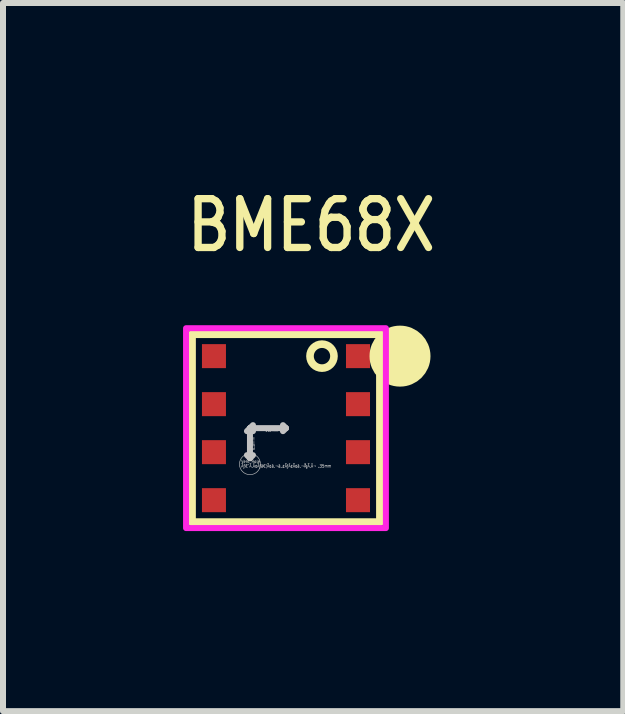
<source format=kicad_pcb>
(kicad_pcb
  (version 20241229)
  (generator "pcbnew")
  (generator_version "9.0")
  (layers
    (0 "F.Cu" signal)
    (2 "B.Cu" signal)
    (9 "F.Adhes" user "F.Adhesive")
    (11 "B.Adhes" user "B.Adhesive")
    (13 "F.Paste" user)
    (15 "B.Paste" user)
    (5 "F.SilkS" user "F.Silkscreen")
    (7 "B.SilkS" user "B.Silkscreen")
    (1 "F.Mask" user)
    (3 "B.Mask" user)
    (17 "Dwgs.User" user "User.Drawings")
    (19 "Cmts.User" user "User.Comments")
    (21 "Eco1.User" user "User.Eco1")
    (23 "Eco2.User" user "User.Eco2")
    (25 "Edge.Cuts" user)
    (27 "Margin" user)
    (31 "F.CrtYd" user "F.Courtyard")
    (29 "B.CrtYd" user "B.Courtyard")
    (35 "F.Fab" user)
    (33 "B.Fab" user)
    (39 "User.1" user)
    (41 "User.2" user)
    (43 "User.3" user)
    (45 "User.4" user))
  (footprint "BME68X"
    (layer "F.Cu")
    (at 1.715 4.084)
    (property "Reference" "BME68X" (at -1.71 -2.905 0) (unlocked yes) (layer "F.SilkS") (effects (font (size 0.813 0.695) (thickness 0.122)) (justify left bottom)))
    (fp_line (start -1.565 -1.565) (end 1.565 -1.565) (stroke (width 0.127) (type solid)) (layer "F.SilkS"))
    (fp_line (start -1.565 1.565) (end -1.565 -1.565) (stroke (width 0.127) (type solid)) (layer "F.SilkS"))
    (fp_line (start 1.565 -1.565) (end 1.565 1.565) (stroke (width 0.127) (type solid)) (layer "F.SilkS"))
    (fp_line (start 1.565 1.565) (end -1.565 1.565) (stroke (width 0.127) (type solid)) (layer "F.SilkS"))
    (fp_circle (center 0.6 -1.2) (end 0.8 -1.2) (stroke (width 0.127) (type solid)) (fill no) (layer "F.SilkS"))
    (fp_circle (center 1.9 -1.2) (end 1.9 -1.2) (stroke (width 0.508) (type solid)) (fill no) (layer "F.SilkS"))
    (fp_line (start -0.6 0) (end -0.65 0.05) (stroke (width 0.1) (type solid)) (layer "Dwgs.User"))
    (fp_line (start -0.6 0) (end -0.6 0.5) (stroke (width 0.1) (type solid)) (layer "Dwgs.User"))
    (fp_line (start -0.6 0) (end -0.55 -0.05) (stroke (width 0.1) (type solid)) (layer "Dwgs.User"))
    (fp_line (start -0.6 0) (end -0.55 0.05) (stroke (width 0.1) (type solid)) (layer "Dwgs.User"))
    (fp_line (start -0.6 0.5) (end -0.65 0.45) (stroke (width 0.1) (type solid)) (layer "Dwgs.User"))
    (fp_line (start -0.6 0.5) (end -0.55 0.45) (stroke (width 0.1) (type solid)) (layer "Dwgs.User"))
    (fp_line (start 0 0) (end -0.6 0) (stroke (width 0.1) (type solid)) (layer "Dwgs.User"))
    (fp_line (start 0 0) (end -0.05 -0.05) (stroke (width 0.1) (type solid)) (layer "Dwgs.User"))
    (fp_line (start 0 0) (end -0.05 0.05) (stroke (width 0.1) (type solid)) (layer "Dwgs.User"))
    (fp_circle (center -0.6 0.6) (end -0.425 0.6) (stroke (width 0.01) (type solid)) (fill no) (layer "Dwgs.User"))
    (fp_poly (pts (xy -1.665 -1.665) (xy 1.665 -1.665) (xy 1.665 1.665) (xy -1.665 1.665)) (stroke (width 0.1) (type solid)) (fill no) (layer "F.CrtYd"))
    (fp_text user "ÃƒÆ’Ã‚Â¢Ãƒâ€¦Ã¢â‚¬â„¢ÃƒÂ¢Ã¢â‚¬Å¡Ã‚Â¬ .35mm" (at -0.75 0.66 0) (unlocked yes) (layer "Dwgs.User") (effects (font (size 0.05 0.043) (thickness 0.007)) (justify left bottom)))
    (fp_text user "0.6mm" (at -0.52 0.37 90) (unlocked yes) (layer "Dwgs.User") (effects (font (size 0.05 0.043) (thickness 0.007)) (justify left bottom)))
    (fp_text user "Vent Hole" (at -0.75 0.585 0) (unlocked yes) (layer "Dwgs.User") (effects (font (size 0.05 0.043) (thickness 0.007)) (justify left bottom)))
    (fp_text user "0.6mm" (at -0.35 0.06 0) (unlocked yes) (layer "Dwgs.User") (effects (font (size 0.05 0.043) (thickness 0.007)) (justify left bottom)))
    (pad "P$1" smd rect (at 1.2 -1.2) (size 0.4 0.4) (layers "F.Cu" "F.Mask" "F.Paste"))
    (pad "P$2" smd rect (at 1.2 -0.4) (size 0.4 0.4) (layers "F.Cu" "F.Mask" "F.Paste"))
    (pad "P$3" smd rect (at 1.2 0.4) (size 0.4 0.4) (layers "F.Cu" "F.Mask" "F.Paste"))
    (pad "P$4" smd rect (at 1.2 1.2) (size 0.4 0.4) (layers "F.Cu" "F.Mask" "F.Paste"))
    (pad "P$5" smd rect (at -1.2 1.2) (size 0.4 0.4) (layers "F.Cu" "F.Mask" "F.Paste"))
    (pad "P$6" smd rect (at -1.2 0.4) (size 0.4 0.4) (layers "F.Cu" "F.Mask" "F.Paste"))
    (pad "P$7" smd rect (at -1.2 -0.4) (size 0.4 0.4) (layers "F.Cu" "F.Mask" "F.Paste"))
    (pad "P$8" smd rect (at -1.2 -1.2) (size 0.4 0.4) (layers "F.Cu" "F.Mask" "F.Paste")))
  (gr_rect
    (start -3 -3)
    (end 7.335 8.799)
    (stroke (width 0.1) (type default))
    (fill no)
    (layer "Edge.Cuts")))
</source>
